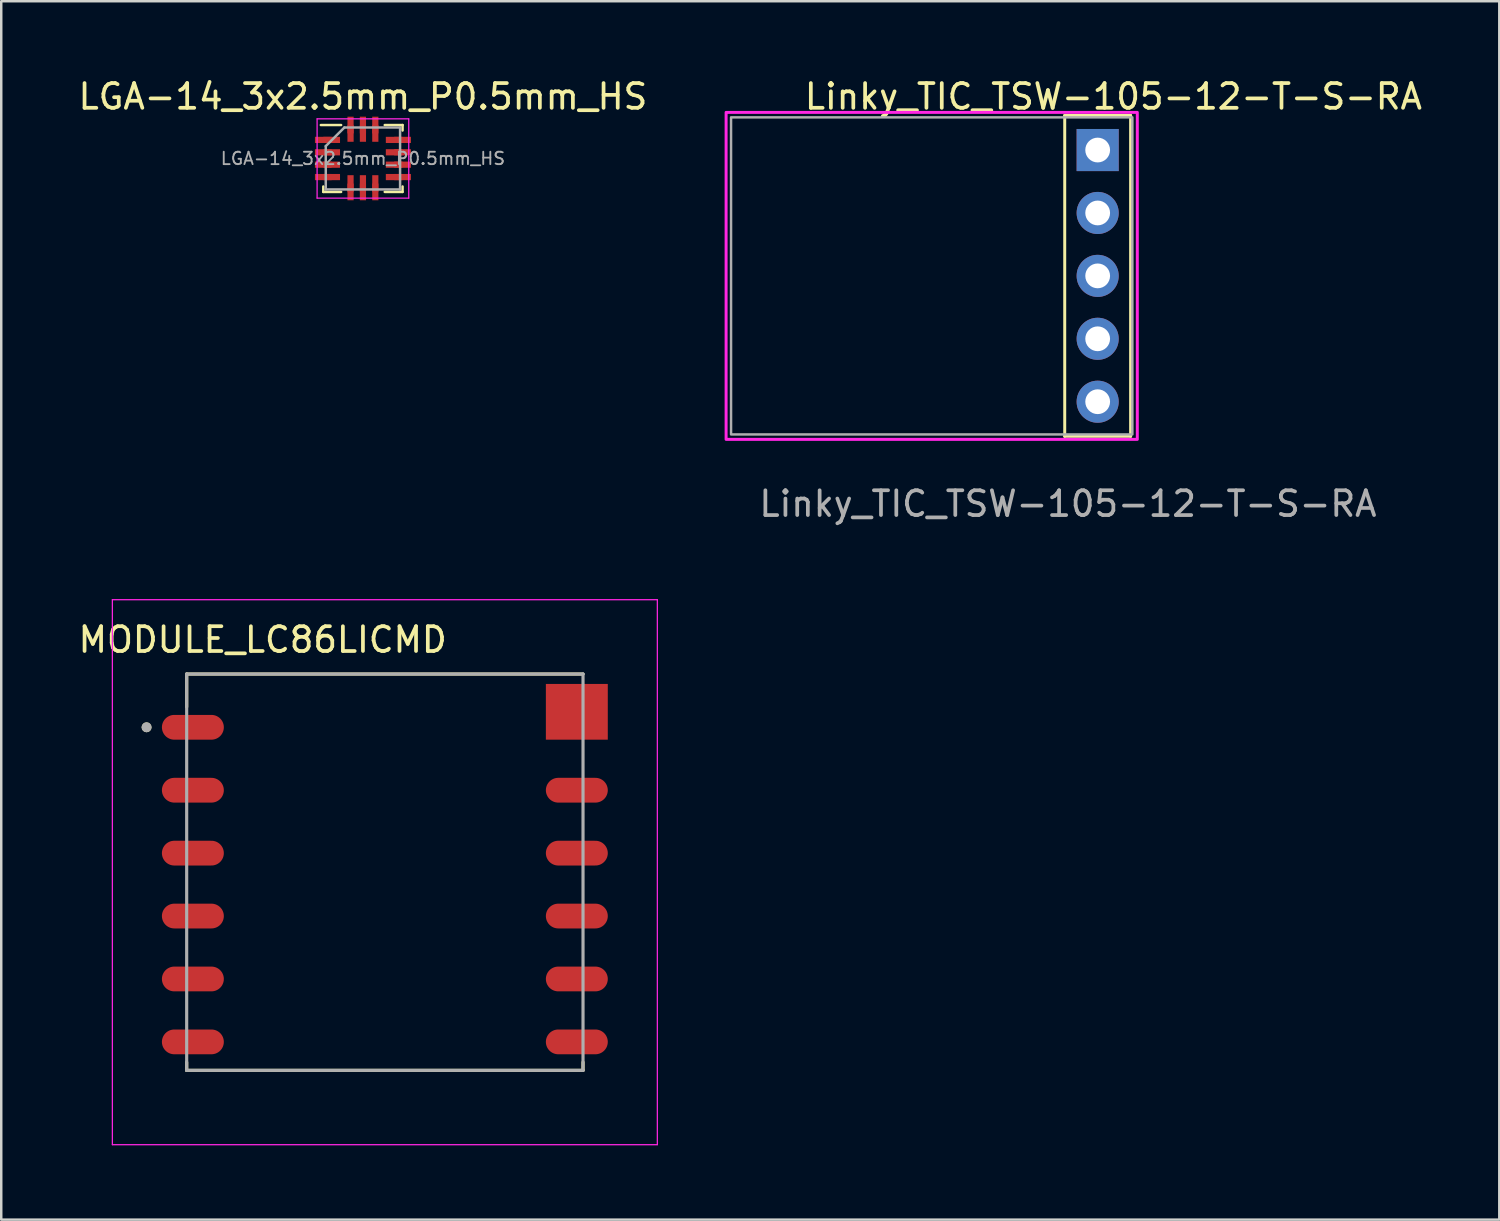
<source format=kicad_pcb>
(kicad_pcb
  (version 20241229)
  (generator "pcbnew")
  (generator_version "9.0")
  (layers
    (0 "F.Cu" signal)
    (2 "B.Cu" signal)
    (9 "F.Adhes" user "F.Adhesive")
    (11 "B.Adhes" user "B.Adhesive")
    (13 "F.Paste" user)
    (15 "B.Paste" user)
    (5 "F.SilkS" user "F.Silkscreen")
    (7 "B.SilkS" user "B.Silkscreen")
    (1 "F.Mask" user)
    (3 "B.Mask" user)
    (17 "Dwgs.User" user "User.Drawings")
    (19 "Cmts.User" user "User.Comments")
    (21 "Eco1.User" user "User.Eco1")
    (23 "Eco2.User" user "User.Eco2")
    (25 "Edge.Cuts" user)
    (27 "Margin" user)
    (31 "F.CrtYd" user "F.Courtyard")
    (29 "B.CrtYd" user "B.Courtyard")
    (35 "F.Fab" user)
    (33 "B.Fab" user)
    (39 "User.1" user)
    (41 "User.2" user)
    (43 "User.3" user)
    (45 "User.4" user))
  (footprint "MODULE_LC86LICMD"
    (layer "F.Cu")
    (at 12.486 32.16)
    (property "Reference" "MODULE_LC86LICMD" (at -4.932 -9.385 0) (layer "F.SilkS") (effects (font (size 1 1) (thickness 0.15))))
    (attr smd)
    (fp_line (start -8 -8) (end -8 -6.67) (stroke (width 0.127) (type solid)) (layer "F.SilkS"))
    (fp_line (start -8 8) (end -8 7.67) (stroke (width 0.127) (type solid)) (layer "F.SilkS"))
    (fp_line (start -8 8) (end 8 8) (stroke (width 0.127) (type solid)) (layer "F.SilkS"))
    (fp_line (start 8 -8) (end -8 -8) (stroke (width 0.127) (type solid)) (layer "F.SilkS"))
    (fp_line (start 8 8) (end 8 7.67) (stroke (width 0.127) (type solid)) (layer "F.SilkS"))
    (fp_circle (center -9.619 -5.85) (end -9.519 -5.85) (stroke (width 0.2) (type solid)) (fill no) (layer "F.SilkS"))
    (fp_line (start -11 -11) (end -11 11) (stroke (width 0.05) (type solid)) (layer "F.CrtYd"))
    (fp_line (start -11 11) (end 11 11) (stroke (width 0.05) (type solid)) (layer "F.CrtYd"))
    (fp_line (start 11 -11) (end -11 -11) (stroke (width 0.05) (type solid)) (layer "F.CrtYd"))
    (fp_line (start 11 11) (end 11 -11) (stroke (width 0.05) (type solid)) (layer "F.CrtYd"))
    (fp_line (start -8 -8) (end -8 8) (stroke (width 0.127) (type solid)) (layer "F.Fab"))
    (fp_line (start -8 8) (end 8 8) (stroke (width 0.127) (type solid)) (layer "F.Fab"))
    (fp_line (start 8 -8) (end -8 -8) (stroke (width 0.127) (type solid)) (layer "F.Fab"))
    (fp_line (start 8 8) (end 8 -8) (stroke (width 0.127) (type solid)) (layer "F.Fab"))
    (fp_circle (center -9.619 -5.85) (end -9.519 -5.85) (stroke (width 0.2) (type solid)) (fill no) (layer "F.Fab"))
    (pad "1" smd oval (at -7.75 -5.85) (size 2.5 1) (layers "F.Cu" "F.Mask" "F.Paste"))
    (pad "2" smd oval (at -7.75 -3.31) (size 2.5 1) (layers "F.Cu" "F.Mask" "F.Paste"))
    (pad "3" smd oval (at -7.75 -0.77) (size 2.5 1) (layers "F.Cu" "F.Mask" "F.Paste"))
    (pad "4" smd oval (at -7.75 1.77) (size 2.5 1) (layers "F.Cu" "F.Mask" "F.Paste"))
    (pad "5" smd oval (at -7.75 4.31) (size 2.5 1) (layers "F.Cu" "F.Mask" "F.Paste"))
    (pad "6" smd oval (at -7.75 6.85) (size 2.5 1) (layers "F.Cu" "F.Mask" "F.Paste"))
    (pad "7" smd oval (at 7.75 6.85) (size 2.5 1) (layers "F.Cu" "F.Mask" "F.Paste"))
    (pad "8" smd oval (at 7.75 4.31) (size 2.5 1) (layers "F.Cu" "F.Mask" "F.Paste"))
    (pad "9" smd oval (at 7.75 1.77) (size 2.5 1) (layers "F.Cu" "F.Mask" "F.Paste"))
    (pad "10" smd oval (at 7.75 -0.77) (size 2.5 1) (layers "F.Cu" "F.Mask" "F.Paste"))
    (pad "11" smd oval (at 7.75 -3.31) (size 2.5 1) (layers "F.Cu" "F.Mask" "F.Paste"))
    (pad "12" smd rect (at 7.75 -6.475) (size 2.5 2.25) (layers "F.Cu" "F.Mask" "F.Paste"))
    (zone (net_name "") (layer "F.Cu") (hatch full 0.508) (connect_pads) (min_thickness 1.2) (filled_areas_thickness no) (keepout (tracks not_allowed) (vias not_allowed) (pads not_allowed) (copperpour not_allowed) (footprints allowed)) (placement (enabled no)) (fill) (polygon (pts (xy 13.096 31.701) (xy 13.09 31.818) (xy 13.073 31.935) (xy 13.044 32.049) (xy 13.004 32.16) (xy 12.954 32.266) (xy 12.893 32.367) (xy 12.823 32.462) (xy 12.744 32.549) (xy 12.657 32.628) (xy 12.562 32.698) (xy 12.461 32.759) (xy 12.355 32.809) (xy 12.244 32.849) (xy 12.13 32.877) (xy 12.013 32.895) (xy 11.896 32.901) (xy 11.778 32.895) (xy 11.661 32.877) (xy 11.547 32.849) (xy 11.436 32.809) (xy 11.33 32.759) (xy 11.229 32.698) (xy 11.134 32.628) (xy 11.047 32.549) (xy 10.968 32.462) (xy 10.898 32.367) (xy 10.837 32.266) (xy 10.787 32.16) (xy 10.747 32.049) (xy 10.719 31.935) (xy 10.701 31.818) (xy 10.696 31.701) (xy 10.701 31.583) (xy 10.719 31.466) (xy 10.747 31.352) (xy 10.787 31.241) (xy 10.837 31.135) (xy 10.898 31.034) (xy 10.968 30.939) (xy 11.047 30.852) (xy 11.134 30.773) (xy 11.229 30.703) (xy 11.33 30.642) (xy 11.436 30.592) (xy 11.547 30.552) (xy 11.661 30.524) (xy 11.778 30.506) (xy 11.896 30.5) (xy 12.013 30.506) (xy 12.13 30.524) (xy 12.244 30.552) (xy 12.355 30.592) (xy 12.461 30.642) (xy 12.562 30.703) (xy 12.657 30.773) (xy 12.744 30.852) (xy 12.823 30.939) (xy 12.893 31.034) (xy 12.954 31.135) (xy 13.004 31.241) (xy 13.044 31.352) (xy 13.073 31.466) (xy 13.09 31.583))))
    (zone (net_name "") (layers "F.Cu" "B.Cu") (hatch full 0.508) (connect_pads) (min_thickness 1.2) (filled_areas_thickness no) (keepout (tracks allowed) (vias not_allowed) (pads allowed) (copperpour allowed) (footprints allowed)) (placement (enabled no)) (fill) (polygon (pts (xy 13.096 31.701) (xy 13.09 31.818) (xy 13.073 31.935) (xy 13.044 32.049) (xy 13.004 32.16) (xy 12.954 32.266) (xy 12.893 32.367) (xy 12.823 32.462) (xy 12.744 32.549) (xy 12.657 32.628) (xy 12.562 32.698) (xy 12.461 32.759) (xy 12.355 32.809) (xy 12.244 32.849) (xy 12.13 32.877) (xy 12.013 32.895) (xy 11.896 32.901) (xy 11.778 32.895) (xy 11.661 32.877) (xy 11.547 32.849) (xy 11.436 32.809) (xy 11.33 32.759) (xy 11.229 32.698) (xy 11.134 32.628) (xy 11.047 32.549) (xy 10.968 32.462) (xy 10.898 32.367) (xy 10.837 32.266) (xy 10.787 32.16) (xy 10.747 32.049) (xy 10.719 31.935) (xy 10.701 31.818) (xy 10.696 31.701) (xy 10.701 31.583) (xy 10.719 31.466) (xy 10.747 31.352) (xy 10.787 31.241) (xy 10.837 31.135) (xy 10.898 31.034) (xy 10.968 30.939) (xy 11.047 30.852) (xy 11.134 30.773) (xy 11.229 30.703) (xy 11.33 30.642) (xy 11.436 30.592) (xy 11.547 30.552) (xy 11.661 30.524) (xy 11.778 30.506) (xy 11.896 30.5) (xy 12.013 30.506) (xy 12.13 30.524) (xy 12.244 30.552) (xy 12.355 30.592) (xy 12.461 30.642) (xy 12.562 30.703) (xy 12.657 30.773) (xy 12.744 30.852) (xy 12.823 30.939) (xy 12.893 31.034) (xy 12.954 31.135) (xy 13.004 31.241) (xy 13.044 31.352) (xy 13.073 31.466) (xy 13.09 31.583))))
    (zone (net_name "") (layer "B.Cu") (hatch full 0.508) (connect_pads) (min_thickness 1.2) (filled_areas_thickness no) (keepout (tracks not_allowed) (vias not_allowed) (pads not_allowed) (copperpour not_allowed) (footprints allowed)) (placement (enabled no)) (fill) (polygon (pts (xy 13.096 31.701) (xy 13.09 31.818) (xy 13.073 31.935) (xy 13.044 32.049) (xy 13.004 32.16) (xy 12.954 32.266) (xy 12.893 32.367) (xy 12.823 32.462) (xy 12.744 32.549) (xy 12.657 32.628) (xy 12.562 32.698) (xy 12.461 32.759) (xy 12.355 32.809) (xy 12.244 32.849) (xy 12.13 32.877) (xy 12.013 32.895) (xy 11.896 32.901) (xy 11.778 32.895) (xy 11.661 32.877) (xy 11.547 32.849) (xy 11.436 32.809) (xy 11.33 32.759) (xy 11.229 32.698) (xy 11.134 32.628) (xy 11.047 32.549) (xy 10.968 32.462) (xy 10.898 32.367) (xy 10.837 32.266) (xy 10.787 32.16) (xy 10.747 32.049) (xy 10.719 31.935) (xy 10.701 31.818) (xy 10.696 31.701) (xy 10.701 31.583) (xy 10.719 31.466) (xy 10.747 31.352) (xy 10.787 31.241) (xy 10.837 31.135) (xy 10.898 31.034) (xy 10.968 30.939) (xy 11.047 30.852) (xy 11.134 30.773) (xy 11.229 30.703) (xy 11.33 30.642) (xy 11.436 30.592) (xy 11.547 30.552) (xy 11.661 30.524) (xy 11.778 30.506) (xy 11.896 30.5) (xy 12.013 30.506) (xy 12.13 30.524) (xy 12.244 30.552) (xy 12.355 30.592) (xy 12.461 30.642) (xy 12.562 30.703) (xy 12.657 30.773) (xy 12.744 30.852) (xy 12.823 30.939) (xy 12.893 31.034) (xy 12.954 31.135) (xy 13.004 31.241) (xy 13.044 31.352) (xy 13.073 31.466) (xy 13.09 31.583)))))
  (footprint "Linky_TIC_TSW-105-12-T-S-RA"
    (layer "F.Cu")
    (at 41.262 8.087)
    (property "Reference" "Linky_TIC_TSW-105-12-T-S-RA" (at 0.635 -7.239 0) (layer "F.SilkS") (effects (font (size 1 1) (thickness 0.15))))
    (attr through_hole)
    (fp_line (start -1.33 -6.477) (end -1.33 6.477) (stroke (width 0.12) (type solid)) (layer "F.SilkS"))
    (fp_line (start -1.33 -6.477) (end 1.33 -6.477) (stroke (width 0.12) (type solid)) (layer "F.SilkS"))
    (fp_line (start -1.33 6.477) (end 1.33 6.477) (stroke (width 0.12) (type solid)) (layer "F.SilkS"))
    (fp_line (start 1.33 -6.477) (end 1.33 6.477) (stroke (width 0.12) (type solid)) (layer "F.SilkS"))
    (fp_rect (start -15 -6.6) (end 1.6 6.6) (stroke (width 0.12) (type solid)) (fill no) (layer "F.CrtYd"))
    (fp_rect (start 1.4 -6.4) (end -14.8 6.4) (stroke (width 0.1) (type solid)) (fill no) (layer "F.Fab"))
    (fp_text user "${REFERENCE}" (at -1.2 9.2 180) (layer "F.Fab") (effects (font (size 1 1) (thickness 0.15))))
    (pad "" thru_hole oval (at 0 -2.54) (size 1.7 1.7) (drill 1) (layers "*.Cu" "*.Mask"))
    (pad "" thru_hole oval (at 0 2.54) (size 1.7 1.7) (drill 1) (layers "*.Cu" "*.Mask"))
    (pad "1" thru_hole rect (at 0 -5.08) (size 1.7 1.7) (drill 1) (layers "*.Cu" "*.Mask"))
    (pad "2" thru_hole oval (at 0 0) (size 1.7 1.7) (drill 1) (layers "*.Cu" "*.Mask"))
    (pad "3" thru_hole oval (at 0 5.08) (size 1.7 1.7) (drill 1) (layers "*.Cu" "*.Mask")))
  (footprint "LGA-14_3x2.5mm_P0.5mm_HS"
    (layer "F.Cu")
    (at 11.601 3.348)
    (property "Reference" "LGA-14_3x2.5mm_P0.5mm_HS" (at 0 -2.5 0) (layer "F.SilkS") (effects (font (size 1 1) (thickness 0.15))))
    (attr smd)
    (fp_line (start -1.7 -1.35) (end -0.88 -1.35) (stroke (width 0.1) (type solid)) (layer "F.SilkS"))
    (fp_line (start -1.6 1.35) (end -1.6 1.13) (stroke (width 0.1) (type solid)) (layer "F.SilkS"))
    (fp_line (start -1.6 1.35) (end -0.88 1.35) (stroke (width 0.1) (type solid)) (layer "F.SilkS"))
    (fp_line (start 0.88 -1.35) (end 1.6 -1.35) (stroke (width 0.1) (type solid)) (layer "F.SilkS"))
    (fp_line (start 1.6 -1.35) (end 1.6 -1.13) (stroke (width 0.1) (type solid)) (layer "F.SilkS"))
    (fp_line (start 1.6 1.13) (end 1.6 1.35) (stroke (width 0.1) (type solid)) (layer "F.SilkS"))
    (fp_line (start 1.6 1.35) (end 0.88 1.35) (stroke (width 0.1) (type solid)) (layer "F.SilkS"))
    (fp_line (start -1.85 -1.6) (end 1.85 -1.6) (stroke (width 0.05) (type solid)) (layer "F.CrtYd"))
    (fp_line (start -1.85 1.6) (end -1.85 -1.6) (stroke (width 0.05) (type solid)) (layer "F.CrtYd"))
    (fp_line (start 1.85 -1.6) (end 1.85 1.6) (stroke (width 0.05) (type solid)) (layer "F.CrtYd"))
    (fp_line (start 1.85 1.6) (end -1.85 1.6) (stroke (width 0.05) (type solid)) (layer "F.CrtYd"))
    (fp_line (start -1.5 1.25) (end -1.5 -0.5) (stroke (width 0.1) (type solid)) (layer "F.Fab"))
    (fp_line (start -0.75 -1.25) (end -1.5 -0.5) (stroke (width 0.1) (type solid)) (layer "F.Fab"))
    (fp_line (start -0.75 -1.25) (end 1.5 -1.25) (stroke (width 0.1) (type solid)) (layer "F.Fab"))
    (fp_line (start 1.5 -1.25) (end 1.5 1.25) (stroke (width 0.1) (type solid)) (layer "F.Fab"))
    (fp_line (start 1.5 1.25) (end -1.5 1.25) (stroke (width 0.1) (type solid)) (layer "F.Fab"))
    (fp_text user "${REFERENCE}" (at 0 0 0) (layer "F.Fab") (effects (font (size 0.5 0.5) (thickness 0.075))))
    (pad "1" smd rect (at -1.6 -0.75) (size 0.675 0.25) (layers "F.Cu" "F.Mask" "F.Paste"))
    (pad "1" smd rect (at -1.262 -0.75) (size 0.675 0.25) (layers "F.Cu" "F.Mask" "F.Paste"))
    (pad "2" smd rect (at -1.6 -0.25) (size 0.675 0.25) (layers "F.Cu" "F.Mask" "F.Paste"))
    (pad "2" smd rect (at -1.262 -0.25) (size 0.675 0.25) (layers "F.Cu" "F.Mask" "F.Paste"))
    (pad "3" smd rect (at -1.6 0.25) (size 0.675 0.25) (layers "F.Cu" "F.Mask" "F.Paste"))
    (pad "3" smd rect (at -1.262 0.25) (size 0.675 0.25) (layers "F.Cu" "F.Mask" "F.Paste"))
    (pad "4" smd rect (at -1.6 0.75) (size 0.675 0.25) (layers "F.Cu" "F.Mask" "F.Paste"))
    (pad "4" smd rect (at -1.262 0.75) (size 0.675 0.25) (layers "F.Cu" "F.Mask" "F.Paste"))
    (pad "5" smd rect (at -0.5 1.012) (size 0.25 0.675) (layers "F.Cu" "F.Mask" "F.Paste"))
    (pad "5" smd rect (at -0.5 1.35) (size 0.25 0.675) (layers "F.Cu" "F.Mask" "F.Paste"))
    (pad "6" smd rect (at 0 1.012) (size 0.25 0.675) (layers "F.Cu" "F.Mask" "F.Paste"))
    (pad "6" smd rect (at 0 1.35) (size 0.25 0.675) (layers "F.Cu" "F.Mask" "F.Paste"))
    (pad "7" smd rect (at 0.5 1.012) (size 0.25 0.675) (layers "F.Cu" "F.Mask" "F.Paste"))
    (pad "7" smd rect (at 0.5 1.35) (size 0.25 0.675) (layers "F.Cu" "F.Mask" "F.Paste"))
    (pad "8" smd rect (at 1.262 0.75) (size 0.675 0.25) (layers "F.Cu" "F.Mask" "F.Paste"))
    (pad "8" smd rect (at 1.6 0.75) (size 0.675 0.25) (layers "F.Cu" "F.Mask" "F.Paste"))
    (pad "9" smd rect (at 1.262 0.25) (size 0.675 0.25) (layers "F.Cu" "F.Mask" "F.Paste"))
    (pad "9" smd rect (at 1.6 0.25) (size 0.675 0.25) (layers "F.Cu" "F.Mask" "F.Paste"))
    (pad "10" smd rect (at 1.262 -0.25) (size 0.675 0.25) (layers "F.Cu" "F.Mask" "F.Paste"))
    (pad "10" smd rect (at 1.6 -0.25) (size 0.675 0.25) (layers "F.Cu" "F.Mask" "F.Paste"))
    (pad "11" smd rect (at 1.262 -0.75) (size 0.675 0.25) (layers "F.Cu" "F.Mask" "F.Paste"))
    (pad "11" smd rect (at 1.6 -0.75) (size 0.675 0.25) (layers "F.Cu" "F.Mask" "F.Paste"))
    (pad "12" smd rect (at 0.5 -1.35) (size 0.25 0.675) (layers "F.Cu" "F.Mask" "F.Paste"))
    (pad "12" smd rect (at 0.5 -1.012) (size 0.25 0.675) (layers "F.Cu" "F.Mask" "F.Paste"))
    (pad "13" smd rect (at 0 -1.35) (size 0.25 0.675) (layers "F.Cu" "F.Mask" "F.Paste"))
    (pad "13" smd rect (at 0 -1.012) (size 0.25 0.675) (layers "F.Cu" "F.Mask" "F.Paste"))
    (pad "14" smd rect (at -0.5 -1.35) (size 0.25 0.675) (layers "F.Cu" "F.Mask" "F.Paste"))
    (pad "14" smd rect (at -0.5 -1.012) (size 0.25 0.675) (layers "F.Cu" "F.Mask" "F.Paste")))
  (gr_rect
    (start -3 -3)
    (end 57.475 46.185)
    (stroke (width 0.1) (type default))
    (fill no)
    (layer "Edge.Cuts")))
</source>
